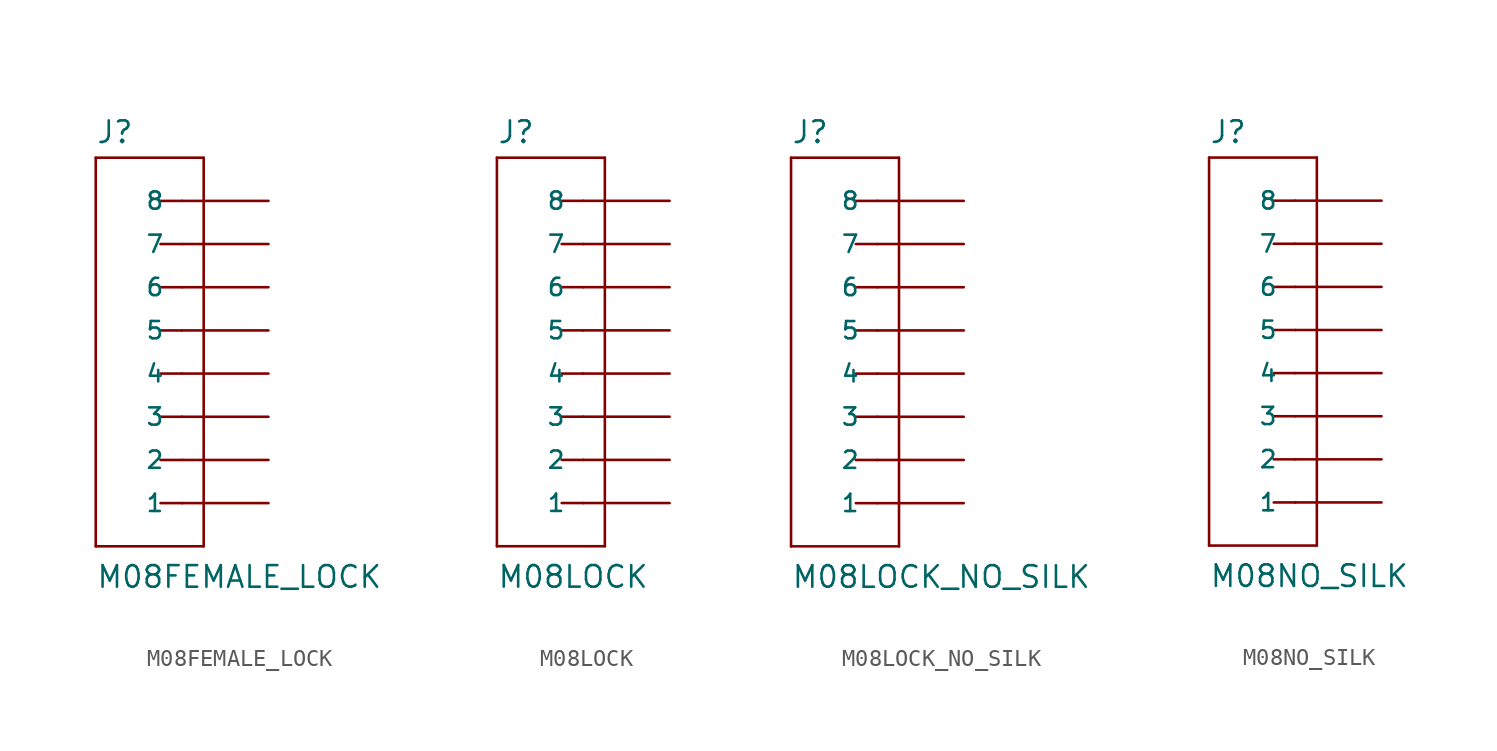
<source format=kicad_sym>
(kicad_symbol_lib
  (version 20211014)
  (generator kicad_symbol_editor)
  (symbol "M08FEMALE_LOCK"
    (pin_numbers hide)
    (pin_names
      (offset 1.016))
    (property "Reference" "J"
      (at -5.08 13.462 0)
      (effects (font (size 1.27 1.27)) (justify left bottom)))
    (property "Value" "M08FEMALE_LOCK"
      (at -5.08 -12.7 0)
      (effects (font (size 1.27 1.27)) (justify left bottom)))
    (property "Datasheet" ""
      (at 0 0 0)
      (effects (font (size 1.524 1.524))))
    (property "ki_locked" ""
      (at 0 0 0)
      (effects (font (size 1.27 1.27))))
    (symbol "M08FEMALE_LOCK_1_0"
      (polyline (pts (xy -5.08 12.7) (xy -5.08 -10.16)) (stroke (width 0) (type default) (color 0 0 0 0)) (fill (type none)))
      (polyline (pts (xy -5.08 12.7) (xy 1.27 12.7)) (stroke (width 0) (type default) (color 0 0 0 0)) (fill (type none)))
      (polyline (pts (xy -1.27 -7.62) (xy 0 -7.62)) (stroke (width 0) (type default) (color 0 0 0 0)) (fill (type none)))
      (polyline (pts (xy -1.27 -5.08) (xy 0 -5.08)) (stroke (width 0) (type default) (color 0 0 0 0)) (fill (type none)))
      (polyline (pts (xy -1.27 -2.54) (xy 0 -2.54)) (stroke (width 0) (type default) (color 0 0 0 0)) (fill (type none)))
      (polyline (pts (xy -1.27 0) (xy 0 0)) (stroke (width 0) (type default) (color 0 0 0 0)) (fill (type none)))
      (polyline (pts (xy -1.27 2.54) (xy 0 2.54)) (stroke (width 0) (type default) (color 0 0 0 0)) (fill (type none)))
      (polyline (pts (xy -1.27 5.08) (xy 0 5.08)) (stroke (width 0) (type default) (color 0 0 0 0)) (fill (type none)))
      (polyline (pts (xy -1.27 7.62) (xy 0 7.62)) (stroke (width 0) (type default) (color 0 0 0 0)) (fill (type none)))
      (polyline (pts (xy -1.27 10.16) (xy 0 10.16)) (stroke (width 0) (type default) (color 0 0 0 0)) (fill (type none)))
      (polyline (pts (xy 1.27 -10.16) (xy -5.08 -10.16)) (stroke (width 0) (type default) (color 0 0 0 0)) (fill (type none)))
      (polyline (pts (xy 1.27 -10.16) (xy 1.27 12.7)) (stroke (width 0) (type default) (color 0 0 0 0)) (fill (type none))))
    (symbol "M08FEMALE_LOCK_1_1"
      (pin passive line (at 5.08 -7.62 180) (length 5.08) (name "1" (effects (font (size 1.016 1.016)))) (number "1" (effects (font (size 1.016 1.016)))))
      (pin passive line (at 5.08 -5.08 180) (length 5.08) (name "2" (effects (font (size 1.016 1.016)))) (number "2" (effects (font (size 1.016 1.016)))))
      (pin passive line (at 5.08 -2.54 180) (length 5.08) (name "3" (effects (font (size 1.016 1.016)))) (number "3" (effects (font (size 1.016 1.016)))))
      (pin passive line (at 5.08 0 180) (length 5.08) (name "4" (effects (font (size 1.016 1.016)))) (number "4" (effects (font (size 1.016 1.016)))))
      (pin passive line (at 5.08 2.54 180) (length 5.08) (name "5" (effects (font (size 1.016 1.016)))) (number "5" (effects (font (size 1.016 1.016)))))
      (pin passive line (at 5.08 5.08 180) (length 5.08) (name "6" (effects (font (size 1.016 1.016)))) (number "6" (effects (font (size 1.016 1.016)))))
      (pin passive line (at 5.08 7.62 180) (length 5.08) (name "7" (effects (font (size 1.016 1.016)))) (number "7" (effects (font (size 1.016 1.016)))))
      (pin passive line (at 5.08 10.16 180) (length 5.08) (name "8" (effects (font (size 1.016 1.016)))) (number "8" (effects (font (size 1.016 1.016)))))))
  (symbol "M08LOCK"
    (pin_numbers hide)
    (pin_names
      (offset 1.016))
    (property "Reference" "J"
      (at -5.08 13.462 0)
      (effects (font (size 1.27 1.27)) (justify left bottom)))
    (property "Value" "M08LOCK"
      (at -5.08 -12.7 0)
      (effects (font (size 1.27 1.27)) (justify left bottom)))
    (property "Datasheet" ""
      (at 0 0 0)
      (effects (font (size 1.524 1.524))))
    (property "ki_locked" ""
      (at 0 0 0)
      (effects (font (size 1.27 1.27))))
    (symbol "M08LOCK_1_0"
      (polyline (pts (xy -5.08 12.7) (xy -5.08 -10.16)) (stroke (width 0) (type default) (color 0 0 0 0)) (fill (type none)))
      (polyline (pts (xy -5.08 12.7) (xy 1.27 12.7)) (stroke (width 0) (type default) (color 0 0 0 0)) (fill (type none)))
      (polyline (pts (xy -1.27 -7.62) (xy 0 -7.62)) (stroke (width 0) (type default) (color 0 0 0 0)) (fill (type none)))
      (polyline (pts (xy -1.27 -5.08) (xy 0 -5.08)) (stroke (width 0) (type default) (color 0 0 0 0)) (fill (type none)))
      (polyline (pts (xy -1.27 -2.54) (xy 0 -2.54)) (stroke (width 0) (type default) (color 0 0 0 0)) (fill (type none)))
      (polyline (pts (xy -1.27 0) (xy 0 0)) (stroke (width 0) (type default) (color 0 0 0 0)) (fill (type none)))
      (polyline (pts (xy -1.27 2.54) (xy 0 2.54)) (stroke (width 0) (type default) (color 0 0 0 0)) (fill (type none)))
      (polyline (pts (xy -1.27 5.08) (xy 0 5.08)) (stroke (width 0) (type default) (color 0 0 0 0)) (fill (type none)))
      (polyline (pts (xy -1.27 7.62) (xy 0 7.62)) (stroke (width 0) (type default) (color 0 0 0 0)) (fill (type none)))
      (polyline (pts (xy -1.27 10.16) (xy 0 10.16)) (stroke (width 0) (type default) (color 0 0 0 0)) (fill (type none)))
      (polyline (pts (xy 1.27 -10.16) (xy -5.08 -10.16)) (stroke (width 0) (type default) (color 0 0 0 0)) (fill (type none)))
      (polyline (pts (xy 1.27 -10.16) (xy 1.27 12.7)) (stroke (width 0) (type default) (color 0 0 0 0)) (fill (type none))))
    (symbol "M08LOCK_1_1"
      (pin passive line (at 5.08 -7.62 180) (length 5.08) (name "1" (effects (font (size 1.016 1.016)))) (number "1" (effects (font (size 1.016 1.016)))))
      (pin passive line (at 5.08 -5.08 180) (length 5.08) (name "2" (effects (font (size 1.016 1.016)))) (number "2" (effects (font (size 1.016 1.016)))))
      (pin passive line (at 5.08 -2.54 180) (length 5.08) (name "3" (effects (font (size 1.016 1.016)))) (number "3" (effects (font (size 1.016 1.016)))))
      (pin passive line (at 5.08 0 180) (length 5.08) (name "4" (effects (font (size 1.016 1.016)))) (number "4" (effects (font (size 1.016 1.016)))))
      (pin passive line (at 5.08 2.54 180) (length 5.08) (name "5" (effects (font (size 1.016 1.016)))) (number "5" (effects (font (size 1.016 1.016)))))
      (pin passive line (at 5.08 5.08 180) (length 5.08) (name "6" (effects (font (size 1.016 1.016)))) (number "6" (effects (font (size 1.016 1.016)))))
      (pin passive line (at 5.08 7.62 180) (length 5.08) (name "7" (effects (font (size 1.016 1.016)))) (number "7" (effects (font (size 1.016 1.016)))))
      (pin passive line (at 5.08 10.16 180) (length 5.08) (name "8" (effects (font (size 1.016 1.016)))) (number "8" (effects (font (size 1.016 1.016)))))))
  (symbol "M08LOCK_NO_SILK"
    (pin_numbers hide)
    (pin_names
      (offset 1.016))
    (property "Reference" "J"
      (at -5.08 13.462 0)
      (effects (font (size 1.27 1.27)) (justify left bottom)))
    (property "Value" "M08LOCK_NO_SILK"
      (at -5.08 -12.7 0)
      (effects (font (size 1.27 1.27)) (justify left bottom)))
    (property "Datasheet" ""
      (at 0 0 0)
      (effects (font (size 1.524 1.524))))
    (property "ki_locked" ""
      (at 0 0 0)
      (effects (font (size 1.27 1.27))))
    (symbol "M08LOCK_NO_SILK_1_0"
      (polyline (pts (xy -5.08 12.7) (xy -5.08 -10.16)) (stroke (width 0) (type default) (color 0 0 0 0)) (fill (type none)))
      (polyline (pts (xy -5.08 12.7) (xy 1.27 12.7)) (stroke (width 0) (type default) (color 0 0 0 0)) (fill (type none)))
      (polyline (pts (xy -1.27 -7.62) (xy 0 -7.62)) (stroke (width 0) (type default) (color 0 0 0 0)) (fill (type none)))
      (polyline (pts (xy -1.27 -5.08) (xy 0 -5.08)) (stroke (width 0) (type default) (color 0 0 0 0)) (fill (type none)))
      (polyline (pts (xy -1.27 -2.54) (xy 0 -2.54)) (stroke (width 0) (type default) (color 0 0 0 0)) (fill (type none)))
      (polyline (pts (xy -1.27 0) (xy 0 0)) (stroke (width 0) (type default) (color 0 0 0 0)) (fill (type none)))
      (polyline (pts (xy -1.27 2.54) (xy 0 2.54)) (stroke (width 0) (type default) (color 0 0 0 0)) (fill (type none)))
      (polyline (pts (xy -1.27 5.08) (xy 0 5.08)) (stroke (width 0) (type default) (color 0 0 0 0)) (fill (type none)))
      (polyline (pts (xy -1.27 7.62) (xy 0 7.62)) (stroke (width 0) (type default) (color 0 0 0 0)) (fill (type none)))
      (polyline (pts (xy -1.27 10.16) (xy 0 10.16)) (stroke (width 0) (type default) (color 0 0 0 0)) (fill (type none)))
      (polyline (pts (xy 1.27 -10.16) (xy -5.08 -10.16)) (stroke (width 0) (type default) (color 0 0 0 0)) (fill (type none)))
      (polyline (pts (xy 1.27 -10.16) (xy 1.27 12.7)) (stroke (width 0) (type default) (color 0 0 0 0)) (fill (type none))))
    (symbol "M08LOCK_NO_SILK_1_1"
      (pin passive line (at 5.08 -7.62 180) (length 5.08) (name "1" (effects (font (size 1.016 1.016)))) (number "1" (effects (font (size 1.016 1.016)))))
      (pin passive line (at 5.08 -5.08 180) (length 5.08) (name "2" (effects (font (size 1.016 1.016)))) (number "2" (effects (font (size 1.016 1.016)))))
      (pin passive line (at 5.08 -2.54 180) (length 5.08) (name "3" (effects (font (size 1.016 1.016)))) (number "3" (effects (font (size 1.016 1.016)))))
      (pin passive line (at 5.08 0 180) (length 5.08) (name "4" (effects (font (size 1.016 1.016)))) (number "4" (effects (font (size 1.016 1.016)))))
      (pin passive line (at 5.08 2.54 180) (length 5.08) (name "5" (effects (font (size 1.016 1.016)))) (number "5" (effects (font (size 1.016 1.016)))))
      (pin passive line (at 5.08 5.08 180) (length 5.08) (name "6" (effects (font (size 1.016 1.016)))) (number "6" (effects (font (size 1.016 1.016)))))
      (pin passive line (at 5.08 7.62 180) (length 5.08) (name "7" (effects (font (size 1.016 1.016)))) (number "7" (effects (font (size 1.016 1.016)))))
      (pin passive line (at 5.08 10.16 180) (length 5.08) (name "8" (effects (font (size 1.016 1.016)))) (number "8" (effects (font (size 1.016 1.016)))))))
  (symbol "M08NO_SILK"
    (pin_numbers hide)
    (pin_names
      (offset 1.016))
    (property "Reference" "J"
      (at -5.08 13.462 0)
      (effects (font (size 1.27 1.27)) (justify left bottom)))
    (property "Value" "M08NO_SILK"
      (at -5.08 -12.7 0)
      (effects (font (size 1.27 1.27)) (justify left bottom)))
    (property "Datasheet" ""
      (at 0 0 0)
      (effects (font (size 1.524 1.524))))
    (property "ki_locked" ""
      (at 0 0 0)
      (effects (font (size 1.27 1.27))))
    (symbol "M08NO_SILK_1_0"
      (polyline (pts (xy -5.08 12.7) (xy -5.08 -10.16)) (stroke (width 0) (type default) (color 0 0 0 0)) (fill (type none)))
      (polyline (pts (xy -5.08 12.7) (xy 1.27 12.7)) (stroke (width 0) (type default) (color 0 0 0 0)) (fill (type none)))
      (polyline (pts (xy -1.27 -7.62) (xy 0 -7.62)) (stroke (width 0) (type default) (color 0 0 0 0)) (fill (type none)))
      (polyline (pts (xy -1.27 -5.08) (xy 0 -5.08)) (stroke (width 0) (type default) (color 0 0 0 0)) (fill (type none)))
      (polyline (pts (xy -1.27 -2.54) (xy 0 -2.54)) (stroke (width 0) (type default) (color 0 0 0 0)) (fill (type none)))
      (polyline (pts (xy -1.27 0) (xy 0 0)) (stroke (width 0) (type default) (color 0 0 0 0)) (fill (type none)))
      (polyline (pts (xy -1.27 2.54) (xy 0 2.54)) (stroke (width 0) (type default) (color 0 0 0 0)) (fill (type none)))
      (polyline (pts (xy -1.27 5.08) (xy 0 5.08)) (stroke (width 0) (type default) (color 0 0 0 0)) (fill (type none)))
      (polyline (pts (xy -1.27 7.62) (xy 0 7.62)) (stroke (width 0) (type default) (color 0 0 0 0)) (fill (type none)))
      (polyline (pts (xy -1.27 10.16) (xy 0 10.16)) (stroke (width 0) (type default) (color 0 0 0 0)) (fill (type none)))
      (polyline (pts (xy 1.27 -10.16) (xy -5.08 -10.16)) (stroke (width 0) (type default) (color 0 0 0 0)) (fill (type none)))
      (polyline (pts (xy 1.27 -10.16) (xy 1.27 12.7)) (stroke (width 0) (type default) (color 0 0 0 0)) (fill (type none))))
    (symbol "M08NO_SILK_1_1"
      (pin passive line (at 5.08 -7.62 180) (length 5.08) (name "1" (effects (font (size 1.016 1.016)))) (number "1" (effects (font (size 1.016 1.016)))))
      (pin passive line (at 5.08 -5.08 180) (length 5.08) (name "2" (effects (font (size 1.016 1.016)))) (number "2" (effects (font (size 1.016 1.016)))))
      (pin passive line (at 5.08 -2.54 180) (length 5.08) (name "3" (effects (font (size 1.016 1.016)))) (number "3" (effects (font (size 1.016 1.016)))))
      (pin passive line (at 5.08 0 180) (length 5.08) (name "4" (effects (font (size 1.016 1.016)))) (number "4" (effects (font (size 1.016 1.016)))))
      (pin passive line (at 5.08 2.54 180) (length 5.08) (name "5" (effects (font (size 1.016 1.016)))) (number "5" (effects (font (size 1.016 1.016)))))
      (pin passive line (at 5.08 5.08 180) (length 5.08) (name "6" (effects (font (size 1.016 1.016)))) (number "6" (effects (font (size 1.016 1.016)))))
      (pin passive line (at 5.08 7.62 180) (length 5.08) (name "7" (effects (font (size 1.016 1.016)))) (number "7" (effects (font (size 1.016 1.016)))))
      (pin passive line (at 5.08 10.16 180) (length 5.08) (name "8" (effects (font (size 1.016 1.016)))) (number "8" (effects (font (size 1.016 1.016))))))))
</source>
